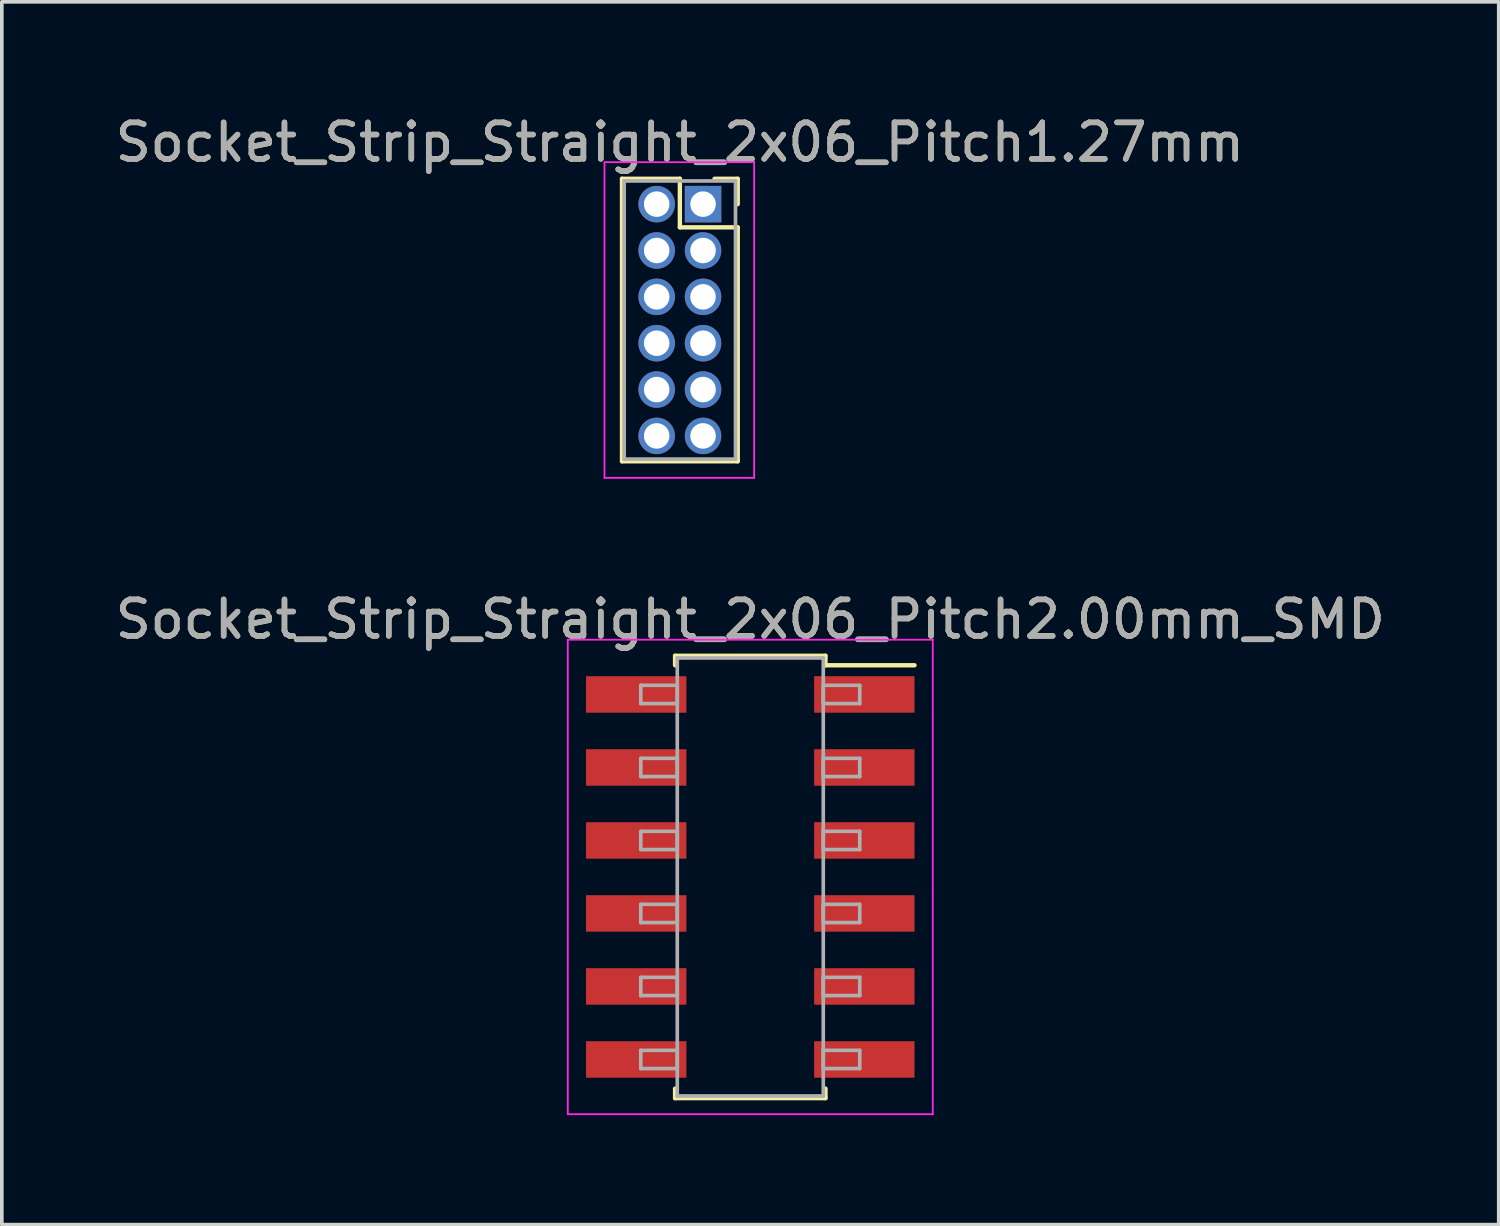
<source format=kicad_pcb>
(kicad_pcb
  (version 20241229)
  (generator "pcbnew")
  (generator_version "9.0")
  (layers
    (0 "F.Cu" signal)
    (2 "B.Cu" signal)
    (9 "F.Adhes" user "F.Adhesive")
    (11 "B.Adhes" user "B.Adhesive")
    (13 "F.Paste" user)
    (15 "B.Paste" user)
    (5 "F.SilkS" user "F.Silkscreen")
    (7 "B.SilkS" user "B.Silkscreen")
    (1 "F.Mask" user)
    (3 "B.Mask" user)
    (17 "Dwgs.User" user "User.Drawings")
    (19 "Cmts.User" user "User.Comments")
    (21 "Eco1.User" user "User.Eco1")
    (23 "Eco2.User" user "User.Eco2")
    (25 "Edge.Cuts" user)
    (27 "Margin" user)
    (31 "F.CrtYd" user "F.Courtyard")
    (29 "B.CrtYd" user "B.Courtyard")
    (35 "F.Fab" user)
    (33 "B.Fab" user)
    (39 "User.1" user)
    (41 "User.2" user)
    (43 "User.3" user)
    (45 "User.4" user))
  (footprint "Socket_Strip_Straight_2x06_Pitch2.00mm_SMD"
    (layer "F.Cu")
    (at 17.506 20.977)
    (property "Reference" "Socket_Strip_Straight_2x06_Pitch2.00mm_SMD" (at 0 -7.06 0) (layer "F.SilkS") (effects (font (size 1 1) (thickness 0.15))))
    (attr smd)
    (fp_line (start -2.06 -6.06) (end 2.06 -6.06) (stroke (width 0.12) (type solid)) (layer "F.SilkS"))
    (fp_line (start -2.06 -5.8) (end -2.06 -6.06) (stroke (width 0.12) (type solid)) (layer "F.SilkS"))
    (fp_line (start -2.06 5.8) (end -2.06 6.06) (stroke (width 0.12) (type solid)) (layer "F.SilkS"))
    (fp_line (start -2.06 6.06) (end 2.06 6.06) (stroke (width 0.12) (type solid)) (layer "F.SilkS"))
    (fp_line (start 2.06 -6.06) (end 2.06 -5.8) (stroke (width 0.12) (type solid)) (layer "F.SilkS"))
    (fp_line (start 2.06 6.06) (end 2.06 5.8) (stroke (width 0.12) (type solid)) (layer "F.SilkS"))
    (fp_line (start 4.5 -5.8) (end 2.06 -5.8) (stroke (width 0.12) (type solid)) (layer "F.SilkS"))
    (fp_line (start -5 -6.5) (end -5 6.5) (stroke (width 0.05) (type solid)) (layer "F.CrtYd"))
    (fp_line (start -5 6.5) (end 5 6.5) (stroke (width 0.05) (type solid)) (layer "F.CrtYd"))
    (fp_line (start 5 -6.5) (end -5 -6.5) (stroke (width 0.05) (type solid)) (layer "F.CrtYd"))
    (fp_line (start 5 6.5) (end 5 -6.5) (stroke (width 0.05) (type solid)) (layer "F.CrtYd"))
    (fp_line (start -3 -5.25) (end -2 -5.25) (stroke (width 0.1) (type solid)) (layer "F.Fab"))
    (fp_line (start -3 -4.75) (end -3 -5.25) (stroke (width 0.1) (type solid)) (layer "F.Fab"))
    (fp_line (start -3 -3.25) (end -2 -3.25) (stroke (width 0.1) (type solid)) (layer "F.Fab"))
    (fp_line (start -3 -2.75) (end -3 -3.25) (stroke (width 0.1) (type solid)) (layer "F.Fab"))
    (fp_line (start -3 -1.25) (end -2 -1.25) (stroke (width 0.1) (type solid)) (layer "F.Fab"))
    (fp_line (start -3 -0.75) (end -3 -1.25) (stroke (width 0.1) (type solid)) (layer "F.Fab"))
    (fp_line (start -3 0.75) (end -2 0.75) (stroke (width 0.1) (type solid)) (layer "F.Fab"))
    (fp_line (start -3 1.25) (end -3 0.75) (stroke (width 0.1) (type solid)) (layer "F.Fab"))
    (fp_line (start -3 2.75) (end -2 2.75) (stroke (width 0.1) (type solid)) (layer "F.Fab"))
    (fp_line (start -3 3.25) (end -3 2.75) (stroke (width 0.1) (type solid)) (layer "F.Fab"))
    (fp_line (start -3 4.75) (end -2 4.75) (stroke (width 0.1) (type solid)) (layer "F.Fab"))
    (fp_line (start -3 5.25) (end -3 4.75) (stroke (width 0.1) (type solid)) (layer "F.Fab"))
    (fp_line (start -2 -6) (end -2 6) (stroke (width 0.1) (type solid)) (layer "F.Fab"))
    (fp_line (start -2 -5.25) (end -2 -4.75) (stroke (width 0.1) (type solid)) (layer "F.Fab"))
    (fp_line (start -2 -4.75) (end -3 -4.75) (stroke (width 0.1) (type solid)) (layer "F.Fab"))
    (fp_line (start -2 -3.25) (end -2 -2.75) (stroke (width 0.1) (type solid)) (layer "F.Fab"))
    (fp_line (start -2 -2.75) (end -3 -2.75) (stroke (width 0.1) (type solid)) (layer "F.Fab"))
    (fp_line (start -2 -1.25) (end -2 -0.75) (stroke (width 0.1) (type solid)) (layer "F.Fab"))
    (fp_line (start -2 -0.75) (end -3 -0.75) (stroke (width 0.1) (type solid)) (layer "F.Fab"))
    (fp_line (start -2 0.75) (end -2 1.25) (stroke (width 0.1) (type solid)) (layer "F.Fab"))
    (fp_line (start -2 1.25) (end -3 1.25) (stroke (width 0.1) (type solid)) (layer "F.Fab"))
    (fp_line (start -2 2.75) (end -2 3.25) (stroke (width 0.1) (type solid)) (layer "F.Fab"))
    (fp_line (start -2 3.25) (end -3 3.25) (stroke (width 0.1) (type solid)) (layer "F.Fab"))
    (fp_line (start -2 4.75) (end -2 5.25) (stroke (width 0.1) (type solid)) (layer "F.Fab"))
    (fp_line (start -2 5.25) (end -3 5.25) (stroke (width 0.1) (type solid)) (layer "F.Fab"))
    (fp_line (start -2 6) (end 2 6) (stroke (width 0.1) (type solid)) (layer "F.Fab"))
    (fp_line (start 2 -6) (end -2 -6) (stroke (width 0.1) (type solid)) (layer "F.Fab"))
    (fp_line (start 2 -5.25) (end 2 -4.75) (stroke (width 0.1) (type solid)) (layer "F.Fab"))
    (fp_line (start 2 -4.75) (end 3 -4.75) (stroke (width 0.1) (type solid)) (layer "F.Fab"))
    (fp_line (start 2 -3.25) (end 2 -2.75) (stroke (width 0.1) (type solid)) (layer "F.Fab"))
    (fp_line (start 2 -2.75) (end 3 -2.75) (stroke (width 0.1) (type solid)) (layer "F.Fab"))
    (fp_line (start 2 -1.25) (end 2 -0.75) (stroke (width 0.1) (type solid)) (layer "F.Fab"))
    (fp_line (start 2 -0.75) (end 3 -0.75) (stroke (width 0.1) (type solid)) (layer "F.Fab"))
    (fp_line (start 2 0.75) (end 2 1.25) (stroke (width 0.1) (type solid)) (layer "F.Fab"))
    (fp_line (start 2 1.25) (end 3 1.25) (stroke (width 0.1) (type solid)) (layer "F.Fab"))
    (fp_line (start 2 2.75) (end 2 3.25) (stroke (width 0.1) (type solid)) (layer "F.Fab"))
    (fp_line (start 2 3.25) (end 3 3.25) (stroke (width 0.1) (type solid)) (layer "F.Fab"))
    (fp_line (start 2 4.75) (end 2 5.25) (stroke (width 0.1) (type solid)) (layer "F.Fab"))
    (fp_line (start 2 5.25) (end 3 5.25) (stroke (width 0.1) (type solid)) (layer "F.Fab"))
    (fp_line (start 2 6) (end 2 -6) (stroke (width 0.1) (type solid)) (layer "F.Fab"))
    (fp_line (start 3 -5.25) (end 2 -5.25) (stroke (width 0.1) (type solid)) (layer "F.Fab"))
    (fp_line (start 3 -4.75) (end 3 -5.25) (stroke (width 0.1) (type solid)) (layer "F.Fab"))
    (fp_line (start 3 -3.25) (end 2 -3.25) (stroke (width 0.1) (type solid)) (layer "F.Fab"))
    (fp_line (start 3 -2.75) (end 3 -3.25) (stroke (width 0.1) (type solid)) (layer "F.Fab"))
    (fp_line (start 3 -1.25) (end 2 -1.25) (stroke (width 0.1) (type solid)) (layer "F.Fab"))
    (fp_line (start 3 -0.75) (end 3 -1.25) (stroke (width 0.1) (type solid)) (layer "F.Fab"))
    (fp_line (start 3 0.75) (end 2 0.75) (stroke (width 0.1) (type solid)) (layer "F.Fab"))
    (fp_line (start 3 1.25) (end 3 0.75) (stroke (width 0.1) (type solid)) (layer "F.Fab"))
    (fp_line (start 3 2.75) (end 2 2.75) (stroke (width 0.1) (type solid)) (layer "F.Fab"))
    (fp_line (start 3 3.25) (end 3 2.75) (stroke (width 0.1) (type solid)) (layer "F.Fab"))
    (fp_line (start 3 4.75) (end 2 4.75) (stroke (width 0.1) (type solid)) (layer "F.Fab"))
    (fp_line (start 3 5.25) (end 3 4.75) (stroke (width 0.1) (type solid)) (layer "F.Fab"))
    (fp_text user "${REFERENCE}" (at 0 -7.06 0) (layer "F.Fab") (effects (font (size 1 1) (thickness 0.15))))
    (pad "1" smd rect (at 3.125 -5) (size 2.75 1) (layers "F.Cu" "F.Mask" "F.Paste"))
    (pad "2" smd rect (at -3.125 -5) (size 2.75 1) (layers "F.Cu" "F.Mask" "F.Paste"))
    (pad "3" smd rect (at 3.125 -3) (size 2.75 1) (layers "F.Cu" "F.Mask" "F.Paste"))
    (pad "4" smd rect (at -3.125 -3) (size 2.75 1) (layers "F.Cu" "F.Mask" "F.Paste"))
    (pad "5" smd rect (at 3.125 -1) (size 2.75 1) (layers "F.Cu" "F.Mask" "F.Paste"))
    (pad "6" smd rect (at -3.125 -1) (size 2.75 1) (layers "F.Cu" "F.Mask" "F.Paste"))
    (pad "7" smd rect (at 3.125 1) (size 2.75 1) (layers "F.Cu" "F.Mask" "F.Paste"))
    (pad "8" smd rect (at -3.125 1) (size 2.75 1) (layers "F.Cu" "F.Mask" "F.Paste"))
    (pad "9" smd rect (at 3.125 3) (size 2.75 1) (layers "F.Cu" "F.Mask" "F.Paste"))
    (pad "10" smd rect (at -3.125 3) (size 2.75 1) (layers "F.Cu" "F.Mask" "F.Paste"))
    (pad "11" smd rect (at 3.125 5) (size 2.75 1) (layers "F.Cu" "F.Mask" "F.Paste"))
    (pad "12" smd rect (at -3.125 5) (size 2.75 1) (layers "F.Cu" "F.Mask" "F.Paste")))
  (footprint "Socket_Strip_Straight_2x06_Pitch1.27mm"
    (layer "F.Cu")
    (at 16.212 2.543)
    (property "Reference" "Socket_Strip_Straight_2x06_Pitch1.27mm" (at -0.635 -1.695 0) (layer "F.SilkS") (effects (font (size 1 1) (thickness 0.15))))
    (attr through_hole)
    (fp_line (start -2.22 -0.695) (end -0.635 -0.695) (stroke (width 0.12) (type solid)) (layer "F.SilkS"))
    (fp_line (start -2.22 7.045) (end -2.22 -0.695) (stroke (width 0.12) (type solid)) (layer "F.SilkS"))
    (fp_line (start -0.635 -0.695) (end -0.635 0.635) (stroke (width 0.12) (type solid)) (layer "F.SilkS"))
    (fp_line (start -0.635 0.635) (end 0.95 0.635) (stroke (width 0.12) (type solid)) (layer "F.SilkS"))
    (fp_line (start 0.95 -0.695) (end 0.315 -0.695) (stroke (width 0.12) (type solid)) (layer "F.SilkS"))
    (fp_line (start 0.95 0) (end 0.95 -0.695) (stroke (width 0.12) (type solid)) (layer "F.SilkS"))
    (fp_line (start 0.95 0.635) (end 0.95 7.045) (stroke (width 0.12) (type solid)) (layer "F.SilkS"))
    (fp_line (start 0.95 7.045) (end -2.22 7.045) (stroke (width 0.12) (type solid)) (layer "F.SilkS"))
    (fp_line (start -2.7 -1.15) (end -2.7 7.5) (stroke (width 0.05) (type solid)) (layer "F.CrtYd"))
    (fp_line (start -2.7 7.5) (end 1.4 7.5) (stroke (width 0.05) (type solid)) (layer "F.CrtYd"))
    (fp_line (start 1.4 -1.15) (end -2.7 -1.15) (stroke (width 0.05) (type solid)) (layer "F.CrtYd"))
    (fp_line (start 1.4 7.5) (end 1.4 -1.15) (stroke (width 0.05) (type solid)) (layer "F.CrtYd"))
    (fp_line (start -2.16 -0.635) (end -2.16 6.985) (stroke (width 0.1) (type solid)) (layer "F.Fab"))
    (fp_line (start -2.16 6.985) (end 0.89 6.985) (stroke (width 0.1) (type solid)) (layer "F.Fab"))
    (fp_line (start 0.89 -0.635) (end -2.16 -0.635) (stroke (width 0.1) (type solid)) (layer "F.Fab"))
    (fp_line (start 0.89 6.985) (end 0.89 -0.635) (stroke (width 0.1) (type solid)) (layer "F.Fab"))
    (fp_text user "${REFERENCE}" (at -0.635 -1.695 0) (layer "F.Fab") (effects (font (size 1 1) (thickness 0.15))))
    (pad "1" thru_hole rect (at 0 0) (size 1 1) (drill 0.7) (layers "*.Cu" "*.Mask"))
    (pad "2" thru_hole oval (at -1.27 0) (size 1 1) (drill 0.7) (layers "*.Cu" "*.Mask"))
    (pad "3" thru_hole oval (at 0 1.27) (size 1 1) (drill 0.7) (layers "*.Cu" "*.Mask"))
    (pad "4" thru_hole oval (at -1.27 1.27) (size 1 1) (drill 0.7) (layers "*.Cu" "*.Mask"))
    (pad "5" thru_hole oval (at 0 2.54) (size 1 1) (drill 0.7) (layers "*.Cu" "*.Mask"))
    (pad "6" thru_hole oval (at -1.27 2.54) (size 1 1) (drill 0.7) (layers "*.Cu" "*.Mask"))
    (pad "7" thru_hole oval (at 0 3.81) (size 1 1) (drill 0.7) (layers "*.Cu" "*.Mask"))
    (pad "8" thru_hole oval (at -1.27 3.81) (size 1 1) (drill 0.7) (layers "*.Cu" "*.Mask"))
    (pad "9" thru_hole oval (at 0 5.08) (size 1 1) (drill 0.7) (layers "*.Cu" "*.Mask"))
    (pad "10" thru_hole oval (at -1.27 5.08) (size 1 1) (drill 0.7) (layers "*.Cu" "*.Mask"))
    (pad "11" thru_hole oval (at 0 6.35) (size 1 1) (drill 0.7) (layers "*.Cu" "*.Mask"))
    (pad "12" thru_hole oval (at -1.27 6.35) (size 1 1) (drill 0.7) (layers "*.Cu" "*.Mask")))
  (gr_rect
    (start -3 -3)
    (end 38.012 30.502)
    (stroke (width 0.1) (type default))
    (fill no)
    (layer "Edge.Cuts")))
</source>
